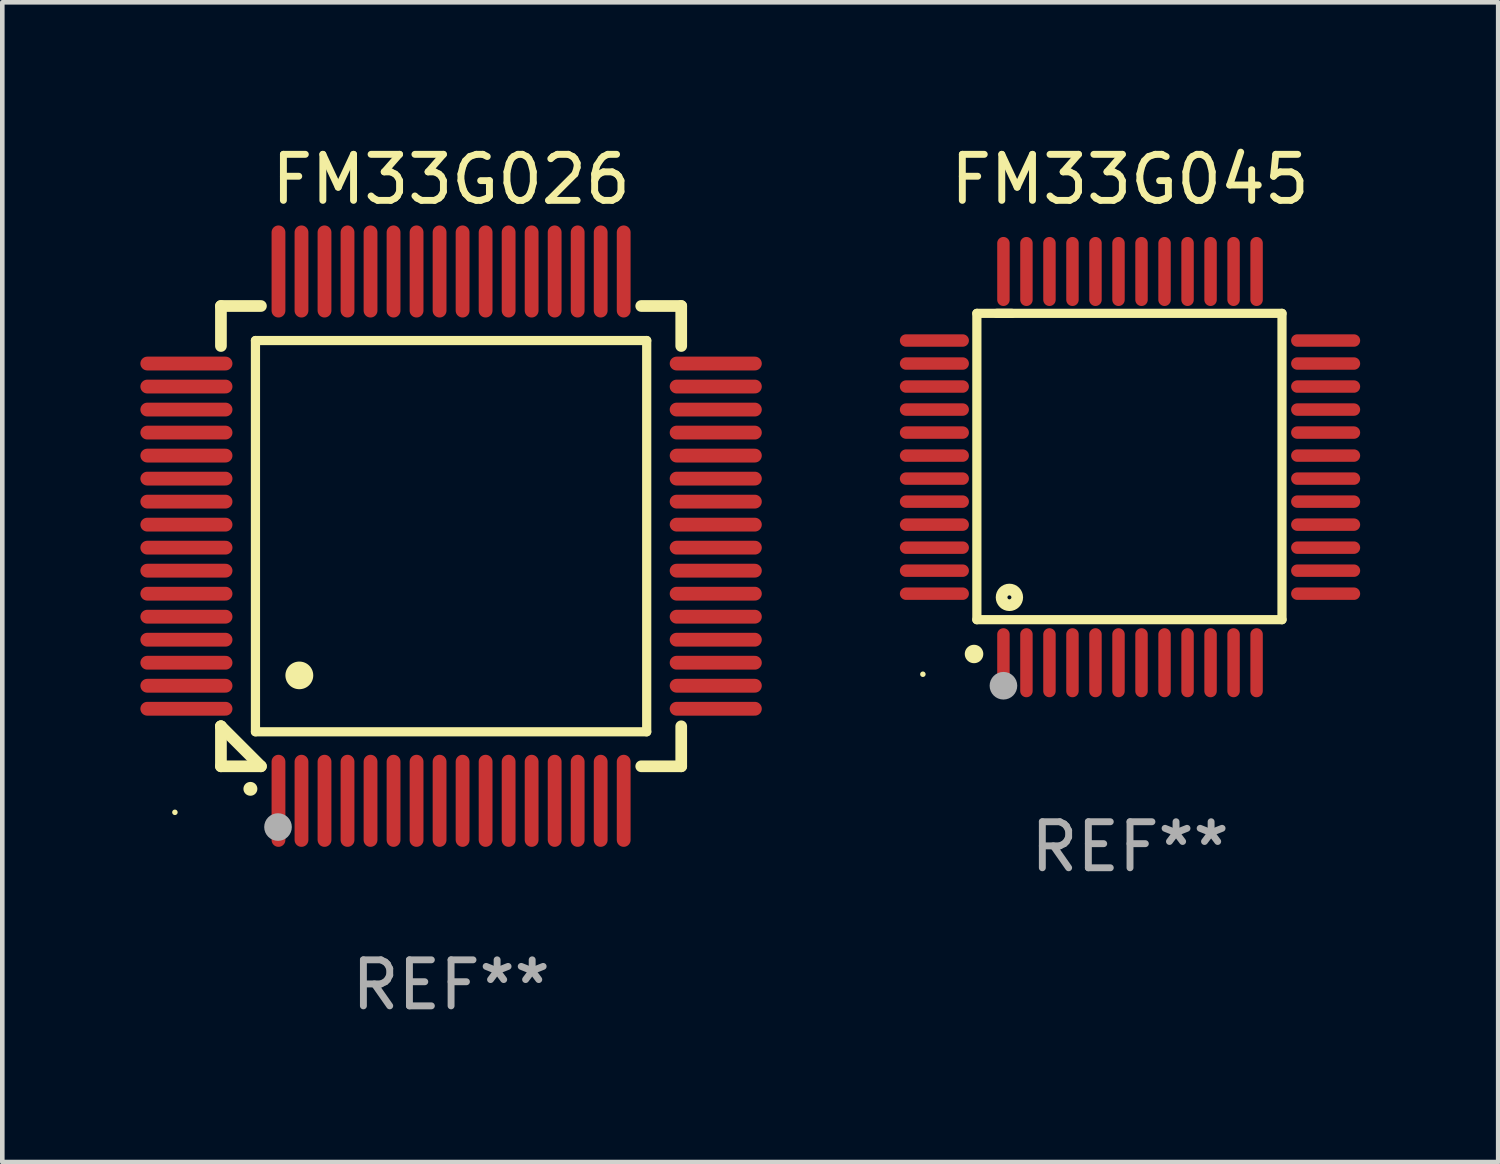
<source format=kicad_pcb>
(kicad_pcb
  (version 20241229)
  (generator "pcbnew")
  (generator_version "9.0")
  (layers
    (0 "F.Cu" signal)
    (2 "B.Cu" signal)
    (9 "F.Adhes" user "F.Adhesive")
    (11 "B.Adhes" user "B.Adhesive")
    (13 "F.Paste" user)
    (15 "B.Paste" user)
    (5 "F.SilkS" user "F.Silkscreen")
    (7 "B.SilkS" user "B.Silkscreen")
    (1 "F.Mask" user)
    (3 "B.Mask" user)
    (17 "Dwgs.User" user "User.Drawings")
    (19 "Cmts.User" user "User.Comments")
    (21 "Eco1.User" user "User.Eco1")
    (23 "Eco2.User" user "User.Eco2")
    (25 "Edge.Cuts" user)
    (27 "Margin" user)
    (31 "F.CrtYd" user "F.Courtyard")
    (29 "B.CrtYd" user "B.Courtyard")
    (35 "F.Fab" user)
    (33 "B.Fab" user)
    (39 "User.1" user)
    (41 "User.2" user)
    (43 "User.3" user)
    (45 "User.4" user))
  (footprint "FM33G026"
    (layer "F.Cu")
    (at 6.75 8.598)
    (property "Reference" "FM33G026" (at 0 -7.75 0) (layer "F.SilkS") (effects (font (size 1 1) (thickness 0.15))))
    (attr through_hole)
    (fp_line (start -5 -5) (end -4.131 -5) (stroke (width 0.254) (type solid)) (layer "F.SilkS"))
    (fp_line (start -5 -4.131) (end -5 -5) (stroke (width 0.254) (type solid)) (layer "F.SilkS"))
    (fp_line (start -5 4.131) (end -5 4.131) (stroke (width 0.254) (type solid)) (layer "F.SilkS"))
    (fp_line (start -5 5) (end -5 4.131) (stroke (width 0.254) (type solid)) (layer "F.SilkS"))
    (fp_line (start -5 4.131) (end -4.131 5) (stroke (width 0.254) (type solid)) (layer "F.SilkS"))
    (fp_line (start -4.25 -4.25) (end -4.25 4.25) (stroke (width 0.2) (type solid)) (layer "F.SilkS"))
    (fp_line (start -4.25 4.25) (end 4.25 4.25) (stroke (width 0.2) (type solid)) (layer "F.SilkS"))
    (fp_line (start -4.131 5) (end -5 5) (stroke (width 0.254) (type solid)) (layer "F.SilkS"))
    (fp_line (start 4.25 -4.25) (end -4.25 -4.25) (stroke (width 0.2) (type solid)) (layer "F.SilkS"))
    (fp_line (start 4.25 4.25) (end 4.25 -4.25) (stroke (width 0.2) (type solid)) (layer "F.SilkS"))
    (fp_line (start 5 -5) (end 4.131 -5) (stroke (width 0.254) (type solid)) (layer "F.SilkS"))
    (fp_line (start 5 -5) (end 5 -4.131) (stroke (width 0.254) (type solid)) (layer "F.SilkS"))
    (fp_line (start 5 4.131) (end 5 5) (stroke (width 0.254) (type solid)) (layer "F.SilkS"))
    (fp_line (start 5 5) (end 4.131 5) (stroke (width 0.254) (type solid)) (layer "F.SilkS"))
    (fp_arc (start -4.361265 5.489992) (mid -4.359995 5.489987) (end -4.358725 5.489992) (stroke (width 0.3) (type solid)) (layer "F.SilkS"))
    (fp_arc (start -3.299467 3.025146) (mid -3.296927 3.025135) (end -3.294387 3.025146) (stroke (width 0.6) (type solid)) (layer "F.SilkS"))
    (fp_circle (center -6 6) (end -5.97 6) (stroke (width 0.06) (type solid)) (fill no) (layer "F.SilkS"))
    (fp_circle (center -3.76 6.32) (end -3.61 6.32) (stroke (width 0.3) (type solid)) (fill no) (layer "F.Fab"))
    (fp_text user "REF**" (at 0 9.75 0) (layer "F.Fab") (effects (font (size 1 1) (thickness 0.15))))
    (pad "1" smd oval (at -3.75 5.75) (size 0.3 2) (layers "F.Cu" "F.Mask" "F.Paste"))
    (pad "2" smd oval (at -3.25 5.75) (size 0.3 2) (layers "F.Cu" "F.Mask" "F.Paste"))
    (pad "3" smd oval (at -2.75 5.75) (size 0.3 2) (layers "F.Cu" "F.Mask" "F.Paste"))
    (pad "4" smd oval (at -2.25 5.75) (size 0.3 2) (layers "F.Cu" "F.Mask" "F.Paste"))
    (pad "5" smd oval (at -1.75 5.75) (size 0.3 2) (layers "F.Cu" "F.Mask" "F.Paste"))
    (pad "6" smd oval (at -1.25 5.75) (size 0.3 2) (layers "F.Cu" "F.Mask" "F.Paste"))
    (pad "7" smd oval (at -0.75 5.75) (size 0.3 2) (layers "F.Cu" "F.Mask" "F.Paste"))
    (pad "8" smd oval (at -0.25 5.75) (size 0.3 2) (layers "F.Cu" "F.Mask" "F.Paste"))
    (pad "9" smd oval (at 0.25 5.75) (size 0.3 2) (layers "F.Cu" "F.Mask" "F.Paste"))
    (pad "10" smd oval (at 0.75 5.75) (size 0.3 2) (layers "F.Cu" "F.Mask" "F.Paste"))
    (pad "11" smd oval (at 1.25 5.75) (size 0.3 2) (layers "F.Cu" "F.Mask" "F.Paste"))
    (pad "12" smd oval (at 1.75 5.75) (size 0.3 2) (layers "F.Cu" "F.Mask" "F.Paste"))
    (pad "13" smd oval (at 2.25 5.75) (size 0.3 2) (layers "F.Cu" "F.Mask" "F.Paste"))
    (pad "14" smd oval (at 2.75 5.75) (size 0.3 2) (layers "F.Cu" "F.Mask" "F.Paste"))
    (pad "15" smd oval (at 3.25 5.75) (size 0.3 2) (layers "F.Cu" "F.Mask" "F.Paste"))
    (pad "16" smd oval (at 3.75 5.75) (size 0.3 2) (layers "F.Cu" "F.Mask" "F.Paste"))
    (pad "17" smd oval (at 5.75 3.75) (size 2 0.3) (layers "F.Cu" "F.Mask" "F.Paste"))
    (pad "18" smd oval (at 5.75 3.25) (size 2 0.3) (layers "F.Cu" "F.Mask" "F.Paste"))
    (pad "19" smd oval (at 5.75 2.75) (size 2 0.3) (layers "F.Cu" "F.Mask" "F.Paste"))
    (pad "20" smd oval (at 5.75 2.25) (size 2 0.3) (layers "F.Cu" "F.Mask" "F.Paste"))
    (pad "21" smd oval (at 5.75 1.75) (size 2 0.3) (layers "F.Cu" "F.Mask" "F.Paste"))
    (pad "22" smd oval (at 5.75 1.25) (size 2 0.3) (layers "F.Cu" "F.Mask" "F.Paste"))
    (pad "23" smd oval (at 5.75 0.75) (size 2 0.3) (layers "F.Cu" "F.Mask" "F.Paste"))
    (pad "24" smd oval (at 5.75 0.25) (size 2 0.3) (layers "F.Cu" "F.Mask" "F.Paste"))
    (pad "25" smd oval (at 5.75 -0.25) (size 2 0.3) (layers "F.Cu" "F.Mask" "F.Paste"))
    (pad "26" smd oval (at 5.75 -0.75) (size 2 0.3) (layers "F.Cu" "F.Mask" "F.Paste"))
    (pad "27" smd oval (at 5.75 -1.25) (size 2 0.3) (layers "F.Cu" "F.Mask" "F.Paste"))
    (pad "28" smd oval (at 5.75 -1.75) (size 2 0.3) (layers "F.Cu" "F.Mask" "F.Paste"))
    (pad "29" smd oval (at 5.75 -2.25) (size 2 0.3) (layers "F.Cu" "F.Mask" "F.Paste"))
    (pad "30" smd oval (at 5.75 -2.75) (size 2 0.3) (layers "F.Cu" "F.Mask" "F.Paste"))
    (pad "31" smd oval (at 5.75 -3.25) (size 2 0.3) (layers "F.Cu" "F.Mask" "F.Paste"))
    (pad "32" smd oval (at 5.75 -3.75) (size 2 0.3) (layers "F.Cu" "F.Mask" "F.Paste"))
    (pad "33" smd oval (at 3.75 -5.75) (size 0.3 2) (layers "F.Cu" "F.Mask" "F.Paste"))
    (pad "34" smd oval (at 3.25 -5.75) (size 0.3 2) (layers "F.Cu" "F.Mask" "F.Paste"))
    (pad "35" smd oval (at 2.75 -5.75) (size 0.3 2) (layers "F.Cu" "F.Mask" "F.Paste"))
    (pad "36" smd oval (at 2.25 -5.75) (size 0.3 2) (layers "F.Cu" "F.Mask" "F.Paste"))
    (pad "37" smd oval (at 1.75 -5.75) (size 0.3 2) (layers "F.Cu" "F.Mask" "F.Paste"))
    (pad "38" smd oval (at 1.25 -5.75) (size 0.3 2) (layers "F.Cu" "F.Mask" "F.Paste"))
    (pad "39" smd oval (at 0.75 -5.75) (size 0.3 2) (layers "F.Cu" "F.Mask" "F.Paste"))
    (pad "40" smd oval (at 0.25 -5.75) (size 0.3 2) (layers "F.Cu" "F.Mask" "F.Paste"))
    (pad "41" smd oval (at -0.25 -5.75) (size 0.3 2) (layers "F.Cu" "F.Mask" "F.Paste"))
    (pad "42" smd oval (at -0.75 -5.75) (size 0.3 2) (layers "F.Cu" "F.Mask" "F.Paste"))
    (pad "43" smd oval (at -1.25 -5.75) (size 0.3 2) (layers "F.Cu" "F.Mask" "F.Paste"))
    (pad "44" smd oval (at -1.75 -5.75) (size 0.3 2) (layers "F.Cu" "F.Mask" "F.Paste"))
    (pad "45" smd oval (at -2.25 -5.75) (size 0.3 2) (layers "F.Cu" "F.Mask" "F.Paste"))
    (pad "46" smd oval (at -2.75 -5.75) (size 0.3 2) (layers "F.Cu" "F.Mask" "F.Paste"))
    (pad "47" smd oval (at -3.25 -5.75) (size 0.3 2) (layers "F.Cu" "F.Mask" "F.Paste"))
    (pad "48" smd oval (at -3.75 -5.75) (size 0.3 2) (layers "F.Cu" "F.Mask" "F.Paste"))
    (pad "49" smd oval (at -5.75 -3.75) (size 2 0.3) (layers "F.Cu" "F.Mask" "F.Paste"))
    (pad "50" smd oval (at -5.75 -3.25) (size 2 0.3) (layers "F.Cu" "F.Mask" "F.Paste"))
    (pad "51" smd oval (at -5.75 -2.75) (size 2 0.3) (layers "F.Cu" "F.Mask" "F.Paste"))
    (pad "52" smd oval (at -5.75 -2.25) (size 2 0.3) (layers "F.Cu" "F.Mask" "F.Paste"))
    (pad "53" smd oval (at -5.75 -1.75) (size 2 0.3) (layers "F.Cu" "F.Mask" "F.Paste"))
    (pad "54" smd oval (at -5.75 -1.25) (size 2 0.3) (layers "F.Cu" "F.Mask" "F.Paste"))
    (pad "55" smd oval (at -5.75 -0.75) (size 2 0.3) (layers "F.Cu" "F.Mask" "F.Paste"))
    (pad "56" smd oval (at -5.75 -0.25) (size 2 0.3) (layers "F.Cu" "F.Mask" "F.Paste"))
    (pad "57" smd oval (at -5.75 0.25) (size 2 0.3) (layers "F.Cu" "F.Mask" "F.Paste"))
    (pad "58" smd oval (at -5.75 0.75) (size 2 0.3) (layers "F.Cu" "F.Mask" "F.Paste"))
    (pad "59" smd oval (at -5.75 1.25) (size 2 0.3) (layers "F.Cu" "F.Mask" "F.Paste"))
    (pad "60" smd oval (at -5.75 1.75) (size 2 0.3) (layers "F.Cu" "F.Mask" "F.Paste"))
    (pad "61" smd oval (at -5.75 2.25) (size 2 0.3) (layers "F.Cu" "F.Mask" "F.Paste"))
    (pad "62" smd oval (at -5.75 2.75) (size 2 0.3) (layers "F.Cu" "F.Mask" "F.Paste"))
    (pad "63" smd oval (at -5.75 3.25) (size 2 0.3) (layers "F.Cu" "F.Mask" "F.Paste"))
    (pad "64" smd oval (at -5.75 3.75) (size 2 0.3) (layers "F.Cu" "F.Mask" "F.Paste")))
  (footprint "FM33G045"
    (layer "F.Cu")
    (at 21.5 7.098)
    (property "Reference" "FM33G045" (at 0 -6.25 0) (layer "F.SilkS") (effects (font (size 1 1) (thickness 0.15))))
    (attr through_hole)
    (fp_line (start -3.327 -3.34) (end -2.565 -3.34) (stroke (width 0.2) (type solid)) (layer "F.SilkS"))
    (fp_line (start -3.327 3.315) (end -3.327 -3.34) (stroke (width 0.2) (type solid)) (layer "F.SilkS"))
    (fp_line (start -2.896 -3.34) (end 3.302 -3.34) (stroke (width 0.2) (type solid)) (layer "F.SilkS"))
    (fp_line (start 3.302 -3.34) (end 3.302 3.315) (stroke (width 0.2) (type solid)) (layer "F.SilkS"))
    (fp_line (start 3.302 3.315) (end -3.327 3.315) (stroke (width 0.2) (type solid)) (layer "F.SilkS"))
    (fp_arc (start -3.389992 4.059995) (mid -3.388722 4.059991) (end -3.387452 4.059995) (stroke (width 0.4) (type solid)) (layer "F.SilkS"))
    (fp_circle (center -4.5 4.5) (end -4.47 4.5) (stroke (width 0.06) (type solid)) (fill no) (layer "F.SilkS"))
    (fp_circle (center -2.62 2.83) (end -2.45 2.83) (stroke (width 0.254) (type solid)) (fill no) (layer "F.SilkS"))
    (fp_circle (center -2.75 4.75) (end -2.6 4.75) (stroke (width 0.3) (type solid)) (fill no) (layer "F.Fab"))
    (fp_text user "REF**" (at 0 8.25 0) (layer "F.Fab") (effects (font (size 1 1) (thickness 0.15))))
    (pad "1" smd oval (at -2.75 4.25) (size 0.27 1.5) (layers "F.Cu" "F.Mask" "F.Paste"))
    (pad "2" smd oval (at -2.25 4.25) (size 0.27 1.5) (layers "F.Cu" "F.Mask" "F.Paste"))
    (pad "3" smd oval (at -1.75 4.25) (size 0.27 1.5) (layers "F.Cu" "F.Mask" "F.Paste"))
    (pad "4" smd oval (at -1.25 4.25) (size 0.27 1.5) (layers "F.Cu" "F.Mask" "F.Paste"))
    (pad "5" smd oval (at -0.75 4.25) (size 0.27 1.5) (layers "F.Cu" "F.Mask" "F.Paste"))
    (pad "6" smd oval (at -0.25 4.25) (size 0.27 1.5) (layers "F.Cu" "F.Mask" "F.Paste"))
    (pad "7" smd oval (at 0.25 4.25) (size 0.27 1.5) (layers "F.Cu" "F.Mask" "F.Paste"))
    (pad "8" smd oval (at 0.75 4.25) (size 0.27 1.5) (layers "F.Cu" "F.Mask" "F.Paste"))
    (pad "9" smd oval (at 1.25 4.25) (size 0.27 1.5) (layers "F.Cu" "F.Mask" "F.Paste"))
    (pad "10" smd oval (at 1.75 4.25) (size 0.27 1.5) (layers "F.Cu" "F.Mask" "F.Paste"))
    (pad "11" smd oval (at 2.25 4.25) (size 0.27 1.5) (layers "F.Cu" "F.Mask" "F.Paste"))
    (pad "12" smd oval (at 2.75 4.25) (size 0.27 1.5) (layers "F.Cu" "F.Mask" "F.Paste"))
    (pad "13" smd oval (at 4.25 2.75) (size 1.5 0.27) (layers "F.Cu" "F.Mask" "F.Paste"))
    (pad "14" smd oval (at 4.25 2.25) (size 1.5 0.27) (layers "F.Cu" "F.Mask" "F.Paste"))
    (pad "15" smd oval (at 4.25 1.75) (size 1.5 0.27) (layers "F.Cu" "F.Mask" "F.Paste"))
    (pad "16" smd oval (at 4.25 1.25) (size 1.5 0.27) (layers "F.Cu" "F.Mask" "F.Paste"))
    (pad "17" smd oval (at 4.25 0.75) (size 1.5 0.27) (layers "F.Cu" "F.Mask" "F.Paste"))
    (pad "18" smd oval (at 4.25 0.25) (size 1.5 0.27) (layers "F.Cu" "F.Mask" "F.Paste"))
    (pad "19" smd oval (at 4.25 -0.25) (size 1.5 0.27) (layers "F.Cu" "F.Mask" "F.Paste"))
    (pad "20" smd oval (at 4.25 -0.75) (size 1.5 0.27) (layers "F.Cu" "F.Mask" "F.Paste"))
    (pad "21" smd oval (at 4.25 -1.25) (size 1.5 0.27) (layers "F.Cu" "F.Mask" "F.Paste"))
    (pad "22" smd oval (at 4.25 -1.75) (size 1.5 0.27) (layers "F.Cu" "F.Mask" "F.Paste"))
    (pad "23" smd oval (at 4.25 -2.25) (size 1.5 0.27) (layers "F.Cu" "F.Mask" "F.Paste"))
    (pad "24" smd oval (at 4.25 -2.75) (size 1.5 0.27) (layers "F.Cu" "F.Mask" "F.Paste"))
    (pad "25" smd oval (at 2.75 -4.25) (size 0.27 1.5) (layers "F.Cu" "F.Mask" "F.Paste"))
    (pad "26" smd oval (at 2.25 -4.25) (size 0.27 1.5) (layers "F.Cu" "F.Mask" "F.Paste"))
    (pad "27" smd oval (at 1.75 -4.25) (size 0.27 1.5) (layers "F.Cu" "F.Mask" "F.Paste"))
    (pad "28" smd oval (at 1.25 -4.25) (size 0.27 1.5) (layers "F.Cu" "F.Mask" "F.Paste"))
    (pad "29" smd oval (at 0.75 -4.25) (size 0.27 1.5) (layers "F.Cu" "F.Mask" "F.Paste"))
    (pad "30" smd oval (at 0.25 -4.25) (size 0.27 1.5) (layers "F.Cu" "F.Mask" "F.Paste"))
    (pad "31" smd oval (at -0.25 -4.25) (size 0.27 1.5) (layers "F.Cu" "F.Mask" "F.Paste"))
    (pad "32" smd oval (at -0.75 -4.25) (size 0.27 1.5) (layers "F.Cu" "F.Mask" "F.Paste"))
    (pad "33" smd oval (at -1.25 -4.25) (size 0.27 1.5) (layers "F.Cu" "F.Mask" "F.Paste"))
    (pad "34" smd oval (at -1.75 -4.25) (size 0.27 1.5) (layers "F.Cu" "F.Mask" "F.Paste"))
    (pad "35" smd oval (at -2.25 -4.25) (size 0.27 1.5) (layers "F.Cu" "F.Mask" "F.Paste"))
    (pad "36" smd oval (at -2.75 -4.25) (size 0.27 1.5) (layers "F.Cu" "F.Mask" "F.Paste"))
    (pad "37" smd oval (at -4.25 -2.75) (size 1.5 0.27) (layers "F.Cu" "F.Mask" "F.Paste"))
    (pad "38" smd oval (at -4.25 -2.25) (size 1.5 0.27) (layers "F.Cu" "F.Mask" "F.Paste"))
    (pad "39" smd oval (at -4.25 -1.75) (size 1.5 0.27) (layers "F.Cu" "F.Mask" "F.Paste"))
    (pad "40" smd oval (at -4.25 -1.25) (size 1.5 0.27) (layers "F.Cu" "F.Mask" "F.Paste"))
    (pad "41" smd oval (at -4.25 -0.75) (size 1.5 0.27) (layers "F.Cu" "F.Mask" "F.Paste"))
    (pad "42" smd oval (at -4.25 -0.25) (size 1.5 0.27) (layers "F.Cu" "F.Mask" "F.Paste"))
    (pad "43" smd oval (at -4.25 0.25) (size 1.5 0.27) (layers "F.Cu" "F.Mask" "F.Paste"))
    (pad "44" smd oval (at -4.25 0.75) (size 1.5 0.27) (layers "F.Cu" "F.Mask" "F.Paste"))
    (pad "45" smd oval (at -4.25 1.25) (size 1.5 0.27) (layers "F.Cu" "F.Mask" "F.Paste"))
    (pad "46" smd oval (at -4.25 1.75) (size 1.5 0.27) (layers "F.Cu" "F.Mask" "F.Paste"))
    (pad "47" smd oval (at -4.25 2.25) (size 1.5 0.27) (layers "F.Cu" "F.Mask" "F.Paste"))
    (pad "48" smd oval (at -4.25 2.75) (size 1.5 0.27) (layers "F.Cu" "F.Mask" "F.Paste")))
  (gr_rect
    (start -3 -3)
    (end 29.499 22.196)
    (stroke (width 0.1) (type default))
    (fill no)
    (layer "Edge.Cuts")))
</source>
